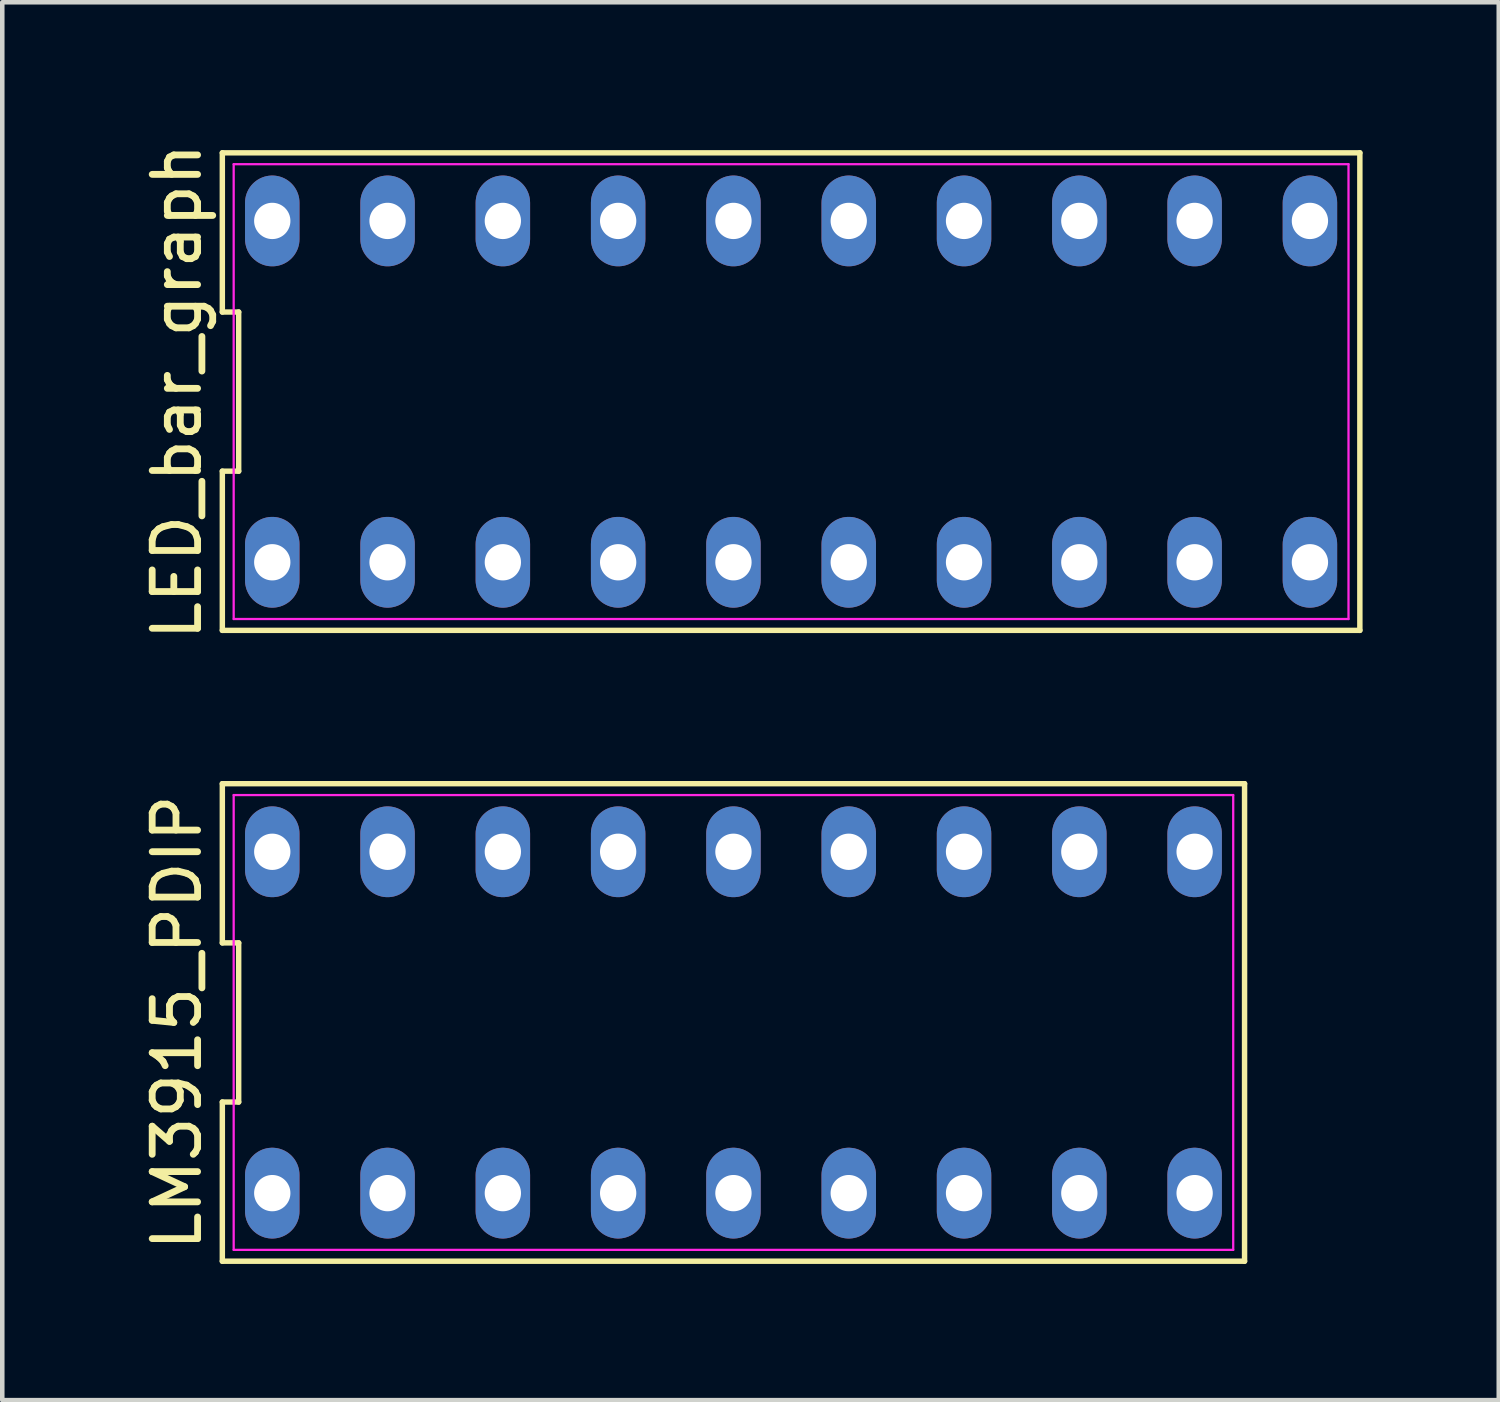
<source format=kicad_pcb>
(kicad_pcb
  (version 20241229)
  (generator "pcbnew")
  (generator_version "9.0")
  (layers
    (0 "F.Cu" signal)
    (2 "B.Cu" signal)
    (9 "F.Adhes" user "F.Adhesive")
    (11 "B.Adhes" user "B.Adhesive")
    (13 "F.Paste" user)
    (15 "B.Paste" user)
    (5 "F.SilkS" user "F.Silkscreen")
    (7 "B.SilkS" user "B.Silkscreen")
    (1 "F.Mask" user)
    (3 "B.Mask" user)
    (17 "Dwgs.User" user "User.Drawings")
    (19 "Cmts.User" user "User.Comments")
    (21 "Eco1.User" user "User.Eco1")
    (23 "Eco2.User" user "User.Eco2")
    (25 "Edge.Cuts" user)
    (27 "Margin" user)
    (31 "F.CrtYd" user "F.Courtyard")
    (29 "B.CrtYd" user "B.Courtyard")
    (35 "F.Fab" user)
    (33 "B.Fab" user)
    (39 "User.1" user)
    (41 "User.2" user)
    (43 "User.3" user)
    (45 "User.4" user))
  (footprint "LED_bar_graph"
    (layer "F.Cu")
    (at 14.378 5.577)
    (property "Reference" "LED_bar_graph" (at -13.53 0 90) (layer "F.SilkS") (effects (font (size 1 1) (thickness 0.15))))
    (attr through_hole)
    (fp_line (start -12.53 -5.26) (end -12.53 -1.753) (stroke (width 0.12) (type solid)) (layer "F.SilkS"))
    (fp_line (start -12.53 -1.753) (end -12.17 -1.753) (stroke (width 0.12) (type solid)) (layer "F.SilkS"))
    (fp_line (start -12.53 1.753) (end -12.53 5.26) (stroke (width 0.12) (type solid)) (layer "F.SilkS"))
    (fp_line (start -12.53 5.26) (end 12.53 5.26) (stroke (width 0.12) (type solid)) (layer "F.SilkS"))
    (fp_line (start -12.17 -1.753) (end -12.17 1.753) (stroke (width 0.12) (type solid)) (layer "F.SilkS"))
    (fp_line (start -12.17 1.753) (end -12.53 1.753) (stroke (width 0.12) (type solid)) (layer "F.SilkS"))
    (fp_line (start 12.53 -5.26) (end -12.53 -5.26) (stroke (width 0.12) (type solid)) (layer "F.SilkS"))
    (fp_line (start 12.53 5.26) (end 12.53 -5.26) (stroke (width 0.12) (type solid)) (layer "F.SilkS"))
    (fp_line (start -12.28 -5.01) (end 12.28 -5.01) (stroke (width 0.05) (type solid)) (layer "F.CrtYd"))
    (fp_line (start -12.28 5.01) (end -12.28 -5.01) (stroke (width 0.05) (type solid)) (layer "F.CrtYd"))
    (fp_line (start 12.28 -5.01) (end 12.28 5.01) (stroke (width 0.05) (type solid)) (layer "F.CrtYd"))
    (fp_line (start 12.28 5.01) (end -12.28 5.01) (stroke (width 0.05) (type solid)) (layer "F.CrtYd"))
    (pad "1" thru_hole oval (at -11.43 3.76) (size 1.2 2) (drill 0.8) (layers "*.Cu" "*.Mask"))
    (pad "2" thru_hole oval (at -8.89 3.76) (size 1.2 2) (drill 0.8) (layers "*.Cu" "*.Mask"))
    (pad "3" thru_hole oval (at -6.35 3.76) (size 1.2 2) (drill 0.8) (layers "*.Cu" "*.Mask"))
    (pad "4" thru_hole oval (at -3.81 3.76) (size 1.2 2) (drill 0.8) (layers "*.Cu" "*.Mask"))
    (pad "5" thru_hole oval (at -1.27 3.76) (size 1.2 2) (drill 0.8) (layers "*.Cu" "*.Mask"))
    (pad "6" thru_hole oval (at 1.27 3.76) (size 1.2 2) (drill 0.8) (layers "*.Cu" "*.Mask"))
    (pad "7" thru_hole oval (at 3.81 3.76) (size 1.2 2) (drill 0.8) (layers "*.Cu" "*.Mask"))
    (pad "8" thru_hole oval (at 6.35 3.76) (size 1.2 2) (drill 0.8) (layers "*.Cu" "*.Mask"))
    (pad "9" thru_hole oval (at 8.89 3.76) (size 1.2 2) (drill 0.8) (layers "*.Cu" "*.Mask"))
    (pad "10" thru_hole oval (at 11.43 3.76) (size 1.2 2) (drill 0.8) (layers "*.Cu" "*.Mask"))
    (pad "11" thru_hole oval (at 11.43 -3.76) (size 1.2 2) (drill 0.8) (layers "*.Cu" "*.Mask"))
    (pad "12" thru_hole oval (at 8.89 -3.76) (size 1.2 2) (drill 0.8) (layers "*.Cu" "*.Mask"))
    (pad "13" thru_hole oval (at 6.35 -3.76) (size 1.2 2) (drill 0.8) (layers "*.Cu" "*.Mask"))
    (pad "14" thru_hole oval (at 3.81 -3.76) (size 1.2 2) (drill 0.8) (layers "*.Cu" "*.Mask"))
    (pad "15" thru_hole oval (at 1.27 -3.76) (size 1.2 2) (drill 0.8) (layers "*.Cu" "*.Mask"))
    (pad "16" thru_hole oval (at -1.27 -3.76) (size 1.2 2) (drill 0.8) (layers "*.Cu" "*.Mask"))
    (pad "17" thru_hole oval (at -3.81 -3.76) (size 1.2 2) (drill 0.8) (layers "*.Cu" "*.Mask"))
    (pad "18" thru_hole oval (at -6.35 -3.76) (size 1.2 2) (drill 0.8) (layers "*.Cu" "*.Mask"))
    (pad "19" thru_hole oval (at -8.89 -3.76) (size 1.2 2) (drill 0.8) (layers "*.Cu" "*.Mask"))
    (pad "20" thru_hole oval (at -11.43 -3.76) (size 1.2 2) (drill 0.8) (layers "*.Cu" "*.Mask")))
  (footprint "LM3915_PDIP"
    (layer "F.Cu")
    (at 13.108 19.475)
    (property "Reference" "LM3915_PDIP" (at -12.26 0 90) (layer "F.SilkS") (effects (font (size 1 1) (thickness 0.15))))
    (attr through_hole)
    (fp_line (start -11.26 -5.26) (end -11.26 -1.753) (stroke (width 0.12) (type solid)) (layer "F.SilkS"))
    (fp_line (start -11.26 -1.753) (end -10.9 -1.753) (stroke (width 0.12) (type solid)) (layer "F.SilkS"))
    (fp_line (start -11.26 1.753) (end -11.26 5.26) (stroke (width 0.12) (type solid)) (layer "F.SilkS"))
    (fp_line (start -11.26 5.26) (end 11.26 5.26) (stroke (width 0.12) (type solid)) (layer "F.SilkS"))
    (fp_line (start -10.9 -1.753) (end -10.9 1.753) (stroke (width 0.12) (type solid)) (layer "F.SilkS"))
    (fp_line (start -10.9 1.753) (end -11.26 1.753) (stroke (width 0.12) (type solid)) (layer "F.SilkS"))
    (fp_line (start 11.26 -5.26) (end -11.26 -5.26) (stroke (width 0.12) (type solid)) (layer "F.SilkS"))
    (fp_line (start 11.26 5.26) (end 11.26 -5.26) (stroke (width 0.12) (type solid)) (layer "F.SilkS"))
    (fp_line (start -11.01 -5.01) (end 11.01 -5.01) (stroke (width 0.05) (type solid)) (layer "F.CrtYd"))
    (fp_line (start -11.01 5.01) (end -11.01 -5.01) (stroke (width 0.05) (type solid)) (layer "F.CrtYd"))
    (fp_line (start 11.01 -5.01) (end 11.01 5.01) (stroke (width 0.05) (type solid)) (layer "F.CrtYd"))
    (fp_line (start 11.01 5.01) (end -11.01 5.01) (stroke (width 0.05) (type solid)) (layer "F.CrtYd"))
    (pad "1" thru_hole oval (at -10.16 3.76) (size 1.2 2) (drill 0.8) (layers "*.Cu" "*.Mask"))
    (pad "2" thru_hole oval (at -7.62 3.76) (size 1.2 2) (drill 0.8) (layers "*.Cu" "*.Mask"))
    (pad "3" thru_hole oval (at -5.08 3.76) (size 1.2 2) (drill 0.8) (layers "*.Cu" "*.Mask"))
    (pad "4" thru_hole oval (at -2.54 3.76) (size 1.2 2) (drill 0.8) (layers "*.Cu" "*.Mask"))
    (pad "5" thru_hole oval (at 0 3.76) (size 1.2 2) (drill 0.8) (layers "*.Cu" "*.Mask"))
    (pad "6" thru_hole oval (at 2.54 3.76) (size 1.2 2) (drill 0.8) (layers "*.Cu" "*.Mask"))
    (pad "7" thru_hole oval (at 5.08 3.76) (size 1.2 2) (drill 0.8) (layers "*.Cu" "*.Mask"))
    (pad "8" thru_hole oval (at 7.62 3.76) (size 1.2 2) (drill 0.8) (layers "*.Cu" "*.Mask"))
    (pad "9" thru_hole oval (at 10.16 3.76) (size 1.2 2) (drill 0.8) (layers "*.Cu" "*.Mask"))
    (pad "10" thru_hole oval (at 10.16 -3.76) (size 1.2 2) (drill 0.8) (layers "*.Cu" "*.Mask"))
    (pad "11" thru_hole oval (at 7.62 -3.76) (size 1.2 2) (drill 0.8) (layers "*.Cu" "*.Mask"))
    (pad "12" thru_hole oval (at 5.08 -3.76) (size 1.2 2) (drill 0.8) (layers "*.Cu" "*.Mask"))
    (pad "13" thru_hole oval (at 2.54 -3.76) (size 1.2 2) (drill 0.8) (layers "*.Cu" "*.Mask"))
    (pad "14" thru_hole oval (at 0 -3.76) (size 1.2 2) (drill 0.8) (layers "*.Cu" "*.Mask"))
    (pad "15" thru_hole oval (at -2.54 -3.76) (size 1.2 2) (drill 0.8) (layers "*.Cu" "*.Mask"))
    (pad "16" thru_hole oval (at -5.08 -3.76) (size 1.2 2) (drill 0.8) (layers "*.Cu" "*.Mask"))
    (pad "17" thru_hole oval (at -7.62 -3.76) (size 1.2 2) (drill 0.8) (layers "*.Cu" "*.Mask"))
    (pad "18" thru_hole oval (at -10.16 -3.76) (size 1.2 2) (drill 0.8) (layers "*.Cu" "*.Mask")))
  (gr_rect
    (start -3 -3)
    (end 29.968 27.795)
    (stroke (width 0.1) (type default))
    (fill no)
    (layer "Edge.Cuts")))
</source>
